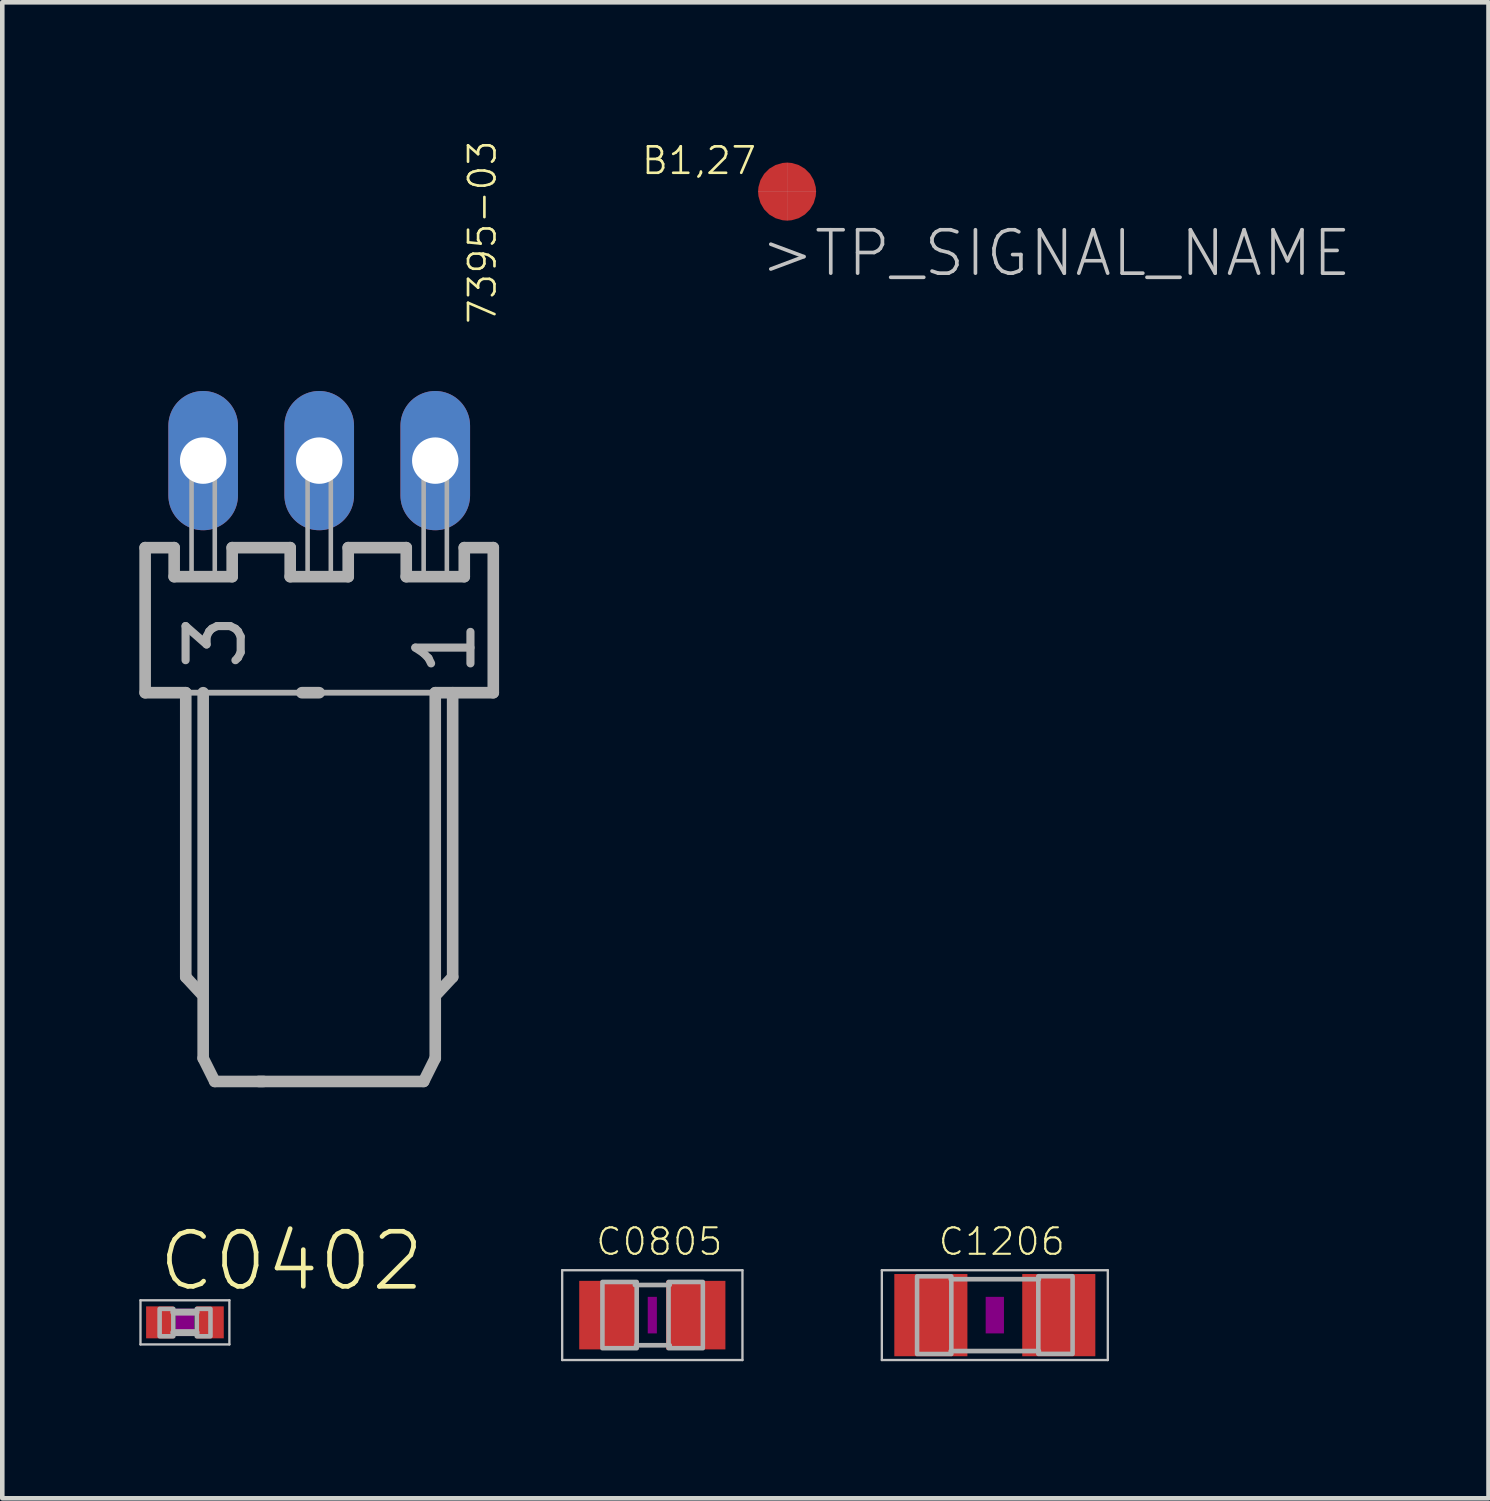
<source format=kicad_pcb>
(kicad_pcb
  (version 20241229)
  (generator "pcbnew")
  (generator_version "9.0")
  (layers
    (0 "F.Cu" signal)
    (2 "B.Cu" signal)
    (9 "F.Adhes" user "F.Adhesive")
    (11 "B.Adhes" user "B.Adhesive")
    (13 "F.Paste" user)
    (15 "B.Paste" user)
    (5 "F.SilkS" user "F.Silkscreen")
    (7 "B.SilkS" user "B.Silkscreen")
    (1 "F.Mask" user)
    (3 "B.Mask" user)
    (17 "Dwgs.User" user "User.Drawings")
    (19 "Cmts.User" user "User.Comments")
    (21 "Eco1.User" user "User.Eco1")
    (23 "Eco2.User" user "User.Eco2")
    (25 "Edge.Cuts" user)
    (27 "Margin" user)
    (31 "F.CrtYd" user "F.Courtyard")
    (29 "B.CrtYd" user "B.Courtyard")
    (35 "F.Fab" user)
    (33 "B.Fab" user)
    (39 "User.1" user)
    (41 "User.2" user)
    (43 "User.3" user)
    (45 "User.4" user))
  (footprint "C1206"
    (layer "F.Cu")
    (at 18.725 25.736)
    (property "Reference" "C1206" (at -1.27 -1.27 0) (layer "F.SilkS") (effects (font (size 0.579 0.579) (thickness 0.046)) (justify left bottom)))
    (attr through_hole)
    (fp_poly (pts (xy -0.2 0.4) (xy 0.2 0.4) (xy 0.2 -0.4) (xy -0.2 -0.4)) (stroke (width 0) (type solid)) (fill yes) (layer "F.Adhes"))
    (fp_line (start -2.473 -0.983) (end 2.473 -0.983) (stroke (width 0.051) (type solid)) (layer "Dwgs.User"))
    (fp_line (start -2.473 0.983) (end -2.473 -0.983) (stroke (width 0.051) (type solid)) (layer "Dwgs.User"))
    (fp_line (start 2.473 -0.983) (end 2.473 0.983) (stroke (width 0.051) (type solid)) (layer "Dwgs.User"))
    (fp_line (start 2.473 0.983) (end -2.473 0.983) (stroke (width 0.051) (type solid)) (layer "Dwgs.User"))
    (fp_line (start -0.965 -0.787) (end 0.965 -0.787) (stroke (width 0.102) (type solid)) (layer "F.Fab"))
    (fp_line (start -0.965 0.787) (end 0.965 0.787) (stroke (width 0.102) (type solid)) (layer "F.Fab"))
    (fp_poly (pts (xy -1.702 0.851) (xy -0.952 0.851) (xy -0.952 -0.849) (xy -1.702 -0.849)) (stroke (width 0.1) (type solid)) (fill no) (layer "F.Fab"))
    (fp_poly (pts (xy 0.952 0.849) (xy 1.702 0.849) (xy 1.702 -0.851) (xy 0.952 -0.851)) (stroke (width 0.1) (type solid)) (fill no) (layer "F.Fab"))
    (pad "1" smd rect (at -1.4 0) (size 1.6 1.8) (layers "F.Cu" "F.Mask" "F.Paste"))
    (pad "2" smd rect (at 1.4 0) (size 1.6 1.8) (layers "F.Cu" "F.Mask" "F.Paste")))
  (footprint "C0805"
    (layer "F.Cu")
    (at 11.228 25.736)
    (property "Reference" "C0805" (at -1.27 -1.27 0) (layer "F.SilkS") (effects (font (size 0.579 0.579) (thickness 0.046)) (justify left bottom)))
    (attr through_hole)
    (fp_poly (pts (xy -0.1 0.4) (xy 0.1 0.4) (xy 0.1 -0.4) (xy -0.1 -0.4)) (stroke (width 0) (type solid)) (fill yes) (layer "F.Adhes"))
    (fp_line (start -1.973 -0.983) (end 1.973 -0.983) (stroke (width 0.051) (type solid)) (layer "Dwgs.User"))
    (fp_line (start -1.973 0.983) (end -1.973 -0.983) (stroke (width 0.051) (type solid)) (layer "Dwgs.User"))
    (fp_line (start 1.973 -0.983) (end 1.973 0.983) (stroke (width 0.051) (type solid)) (layer "Dwgs.User"))
    (fp_line (start 1.973 0.983) (end -1.973 0.983) (stroke (width 0.051) (type solid)) (layer "Dwgs.User"))
    (fp_line (start -0.381 -0.66) (end 0.381 -0.66) (stroke (width 0.102) (type solid)) (layer "F.Fab"))
    (fp_line (start -0.356 0.66) (end 0.381 0.66) (stroke (width 0.102) (type solid)) (layer "F.Fab"))
    (fp_poly (pts (xy -1.092 0.724) (xy -0.342 0.724) (xy -0.342 -0.726) (xy -1.092 -0.726)) (stroke (width 0.1) (type solid)) (fill no) (layer "F.Fab"))
    (fp_poly (pts (xy 0.356 0.724) (xy 1.106 0.724) (xy 1.106 -0.726) (xy 0.356 -0.726)) (stroke (width 0.1) (type solid)) (fill no) (layer "F.Fab"))
    (pad "1" smd rect (at -0.95 0) (size 1.3 1.5) (layers "F.Cu" "F.Mask" "F.Paste"))
    (pad "2" smd rect (at 0.95 0) (size 1.3 1.5) (layers "F.Cu" "F.Mask" "F.Paste")))
  (footprint "C0402"
    (layer "F.Cu")
    (at 0.998 25.894)
    (property "Reference" "C0402" (at -0.635 -0.635 0) (layer "F.SilkS") (effects (font (size 1.206 1.206) (thickness 0.102)) (justify left bottom)))
    (attr through_hole)
    (fp_poly (pts (xy -0.2 0.3) (xy 0.2 0.3) (xy 0.2 -0.3) (xy -0.2 -0.3)) (stroke (width 0) (type solid)) (fill yes) (layer "F.Adhes"))
    (fp_line (start -0.973 -0.483) (end 0.973 -0.483) (stroke (width 0.051) (type solid)) (layer "Dwgs.User"))
    (fp_line (start -0.973 0.483) (end -0.973 -0.483) (stroke (width 0.051) (type solid)) (layer "Dwgs.User"))
    (fp_line (start 0.973 -0.483) (end 0.973 0.483) (stroke (width 0.051) (type solid)) (layer "Dwgs.User"))
    (fp_line (start 0.973 0.483) (end -0.973 0.483) (stroke (width 0.051) (type solid)) (layer "Dwgs.User"))
    (fp_line (start -0.245 -0.224) (end 0.245 -0.224) (stroke (width 0.152) (type solid)) (layer "F.Fab"))
    (fp_line (start 0.245 0.224) (end -0.245 0.224) (stroke (width 0.152) (type solid)) (layer "F.Fab"))
    (fp_poly (pts (xy -0.554 0.305) (xy -0.254 0.305) (xy -0.254 -0.295) (xy -0.554 -0.295)) (stroke (width 0.1) (type solid)) (fill no) (layer "F.Fab"))
    (fp_poly (pts (xy 0.259 0.305) (xy 0.559 0.305) (xy 0.559 -0.295) (xy 0.259 -0.295)) (stroke (width 0.1) (type solid)) (fill no) (layer "F.Fab"))
    (pad "1" smd rect (at -0.55 0) (size 0.6 0.7) (layers "F.Cu" "F.Mask" "F.Paste"))
    (pad "2" smd rect (at 0.55 0) (size 0.6 0.7) (layers "F.Cu" "F.Mask" "F.Paste")))
  (footprint "7395-03"
    (layer "F.Cu")
    (at 3.937 7.032)
    (property "Reference" "7395-03" (at 3.91 -2.948 270) (layer "F.SilkS") (effects (font (size 0.579 0.579) (thickness 0.058)) (justify left bottom)))
    (attr through_hole)
    (fp_line (start -3.81 1.905) (end -3.81 5.08) (stroke (width 0.254) (type solid)) (layer "F.Fab"))
    (fp_line (start -3.81 5.08) (end -2.921 5.08) (stroke (width 0.254) (type solid)) (layer "F.Fab"))
    (fp_line (start -3.175 1.905) (end -3.81 1.905) (stroke (width 0.254) (type solid)) (layer "F.Fab"))
    (fp_line (start -3.175 2.54) (end -3.175 1.905) (stroke (width 0.254) (type solid)) (layer "F.Fab"))
    (fp_line (start -2.921 5.08) (end -2.921 11.303) (stroke (width 0.254) (type solid)) (layer "F.Fab"))
    (fp_line (start -2.921 5.08) (end 2.54 5.08) (stroke (width 0.127) (type solid)) (layer "F.Fab"))
    (fp_line (start -2.921 11.303) (end -2.591 11.659) (stroke (width 0.254) (type solid)) (layer "F.Fab"))
    (fp_line (start -2.54 5.08) (end -2.54 13.081) (stroke (width 0.254) (type solid)) (layer "F.Fab"))
    (fp_line (start -2.54 13.081) (end -2.286 13.589) (stroke (width 0.254) (type solid)) (layer "F.Fab"))
    (fp_line (start -2.286 13.589) (end -1.219 13.589) (stroke (width 0.254) (type solid)) (layer "F.Fab"))
    (fp_line (start -1.905 1.905) (end -1.905 2.54) (stroke (width 0.254) (type solid)) (layer "F.Fab"))
    (fp_line (start -1.905 2.54) (end -3.175 2.54) (stroke (width 0.254) (type solid)) (layer "F.Fab"))
    (fp_line (start -0.635 1.905) (end -1.905 1.905) (stroke (width 0.254) (type solid)) (layer "F.Fab"))
    (fp_line (start -0.635 2.54) (end -0.635 1.905) (stroke (width 0.254) (type solid)) (layer "F.Fab"))
    (fp_line (start 0 5.08) (end -0.381 5.08) (stroke (width 0.254) (type solid)) (layer "F.Fab"))
    (fp_line (start 0.635 1.905) (end 0.635 2.54) (stroke (width 0.254) (type solid)) (layer "F.Fab"))
    (fp_line (start 0.635 2.54) (end -0.635 2.54) (stroke (width 0.254) (type solid)) (layer "F.Fab"))
    (fp_line (start 1.905 1.905) (end 0.635 1.905) (stroke (width 0.254) (type solid)) (layer "F.Fab"))
    (fp_line (start 1.905 2.54) (end 1.905 1.905) (stroke (width 0.254) (type solid)) (layer "F.Fab"))
    (fp_line (start 2.286 13.589) (end -1.321 13.589) (stroke (width 0.254) (type solid)) (layer "F.Fab"))
    (fp_line (start 2.54 5.08) (end 2.54 13.081) (stroke (width 0.254) (type solid)) (layer "F.Fab"))
    (fp_line (start 2.54 5.08) (end 3.81 5.08) (stroke (width 0.254) (type solid)) (layer "F.Fab"))
    (fp_line (start 2.54 13.081) (end 2.286 13.589) (stroke (width 0.254) (type solid)) (layer "F.Fab"))
    (fp_line (start 2.921 5.08) (end 2.921 11.303) (stroke (width 0.254) (type solid)) (layer "F.Fab"))
    (fp_line (start 2.921 11.303) (end 2.591 11.659) (stroke (width 0.254) (type solid)) (layer "F.Fab"))
    (fp_line (start 3.175 1.905) (end 3.175 2.54) (stroke (width 0.254) (type solid)) (layer "F.Fab"))
    (fp_line (start 3.175 2.54) (end 1.905 2.54) (stroke (width 0.254) (type solid)) (layer "F.Fab"))
    (fp_line (start 3.81 1.905) (end 3.175 1.905) (stroke (width 0.254) (type solid)) (layer "F.Fab"))
    (fp_line (start 3.81 5.08) (end 3.81 1.905) (stroke (width 0.254) (type solid)) (layer "F.Fab"))
    (fp_poly (pts (xy -2.794 0.254) (xy -2.286 0.254) (xy -2.286 -0.254) (xy -2.794 -0.254)) (stroke (width 0.1) (type solid)) (fill no) (layer "F.Fab"))
    (fp_poly (pts (xy -2.794 2.515) (xy -2.286 2.515) (xy -2.286 0.279) (xy -2.794 0.279)) (stroke (width 0.1) (type solid)) (fill no) (layer "F.Fab"))
    (fp_poly (pts (xy -0.254 0.254) (xy 0.254 0.254) (xy 0.254 -0.254) (xy -0.254 -0.254)) (stroke (width 0.1) (type solid)) (fill no) (layer "F.Fab"))
    (fp_poly (pts (xy -0.254 2.515) (xy 0.254 2.515) (xy 0.254 0.279) (xy -0.254 0.279)) (stroke (width 0.1) (type solid)) (fill no) (layer "F.Fab"))
    (fp_poly (pts (xy 2.286 0.254) (xy 2.794 0.254) (xy 2.794 -0.254) (xy 2.286 -0.254)) (stroke (width 0.1) (type solid)) (fill no) (layer "F.Fab"))
    (fp_poly (pts (xy 2.286 2.515) (xy 2.794 2.515) (xy 2.794 0.279) (xy 2.286 0.279)) (stroke (width 0.1) (type solid)) (fill no) (layer "F.Fab"))
    (fp_text user "3" (at -2.973 3.275 90) (layer "F.Fab") (effects (font (size 1.206 1.206) (thickness 0.178)) (justify right top)))
    (fp_text user "1" (at 2.056 3.402 90) (layer "F.Fab") (effects (font (size 1.206 1.206) (thickness 0.178)) (justify right top)))
    (pad "1" thru_hole oval (at 2.54 0 90) (size 3.048 1.524) (drill 1.016) (layers "*.Cu" "*.Mask"))
    (pad "2" thru_hole oval (at 0 0 90) (size 3.048 1.524) (drill 1.016) (layers "*.Cu" "*.Mask"))
    (pad "3" thru_hole oval (at -2.54 0 90) (size 3.048 1.524) (drill 1.016) (layers "*.Cu" "*.Mask")))
  (footprint "B1,27"
    (layer "F.Cu")
    (at 14.178 1.144)
    (property "Reference" "B1,27" (at -0.635 -1.016 0) (layer "F.SilkS") (effects (font (size 0.579 0.579) (thickness 0.058)) (justify right top)))
    (attr through_hole)
    (fp_line (start -0.635 0) (end 0.635 0) (stroke (width 0.002) (type solid)) (layer "Dwgs.User"))
    (fp_line (start 0 -0.635) (end 0 0.635) (stroke (width 0.002) (type solid)) (layer "Dwgs.User"))
    (fp_text user ">TP_SIGNAL_NAME" (at -0.635 1.905 0) (layer "Dwgs.User") (effects (font (size 0.95 0.95) (thickness 0.08)) (justify left bottom)))
    (pad "TP" smd roundrect (at 0 0) (size 1.27 1.27) (layers "F.Cu" "F.Mask") (roundrect_rratio 0.5)))
  (gr_rect
    (start -3 -3)
    (end 29.531 29.745)
    (stroke (width 0.1) (type default))
    (fill no)
    (layer "Edge.Cuts")))
</source>
